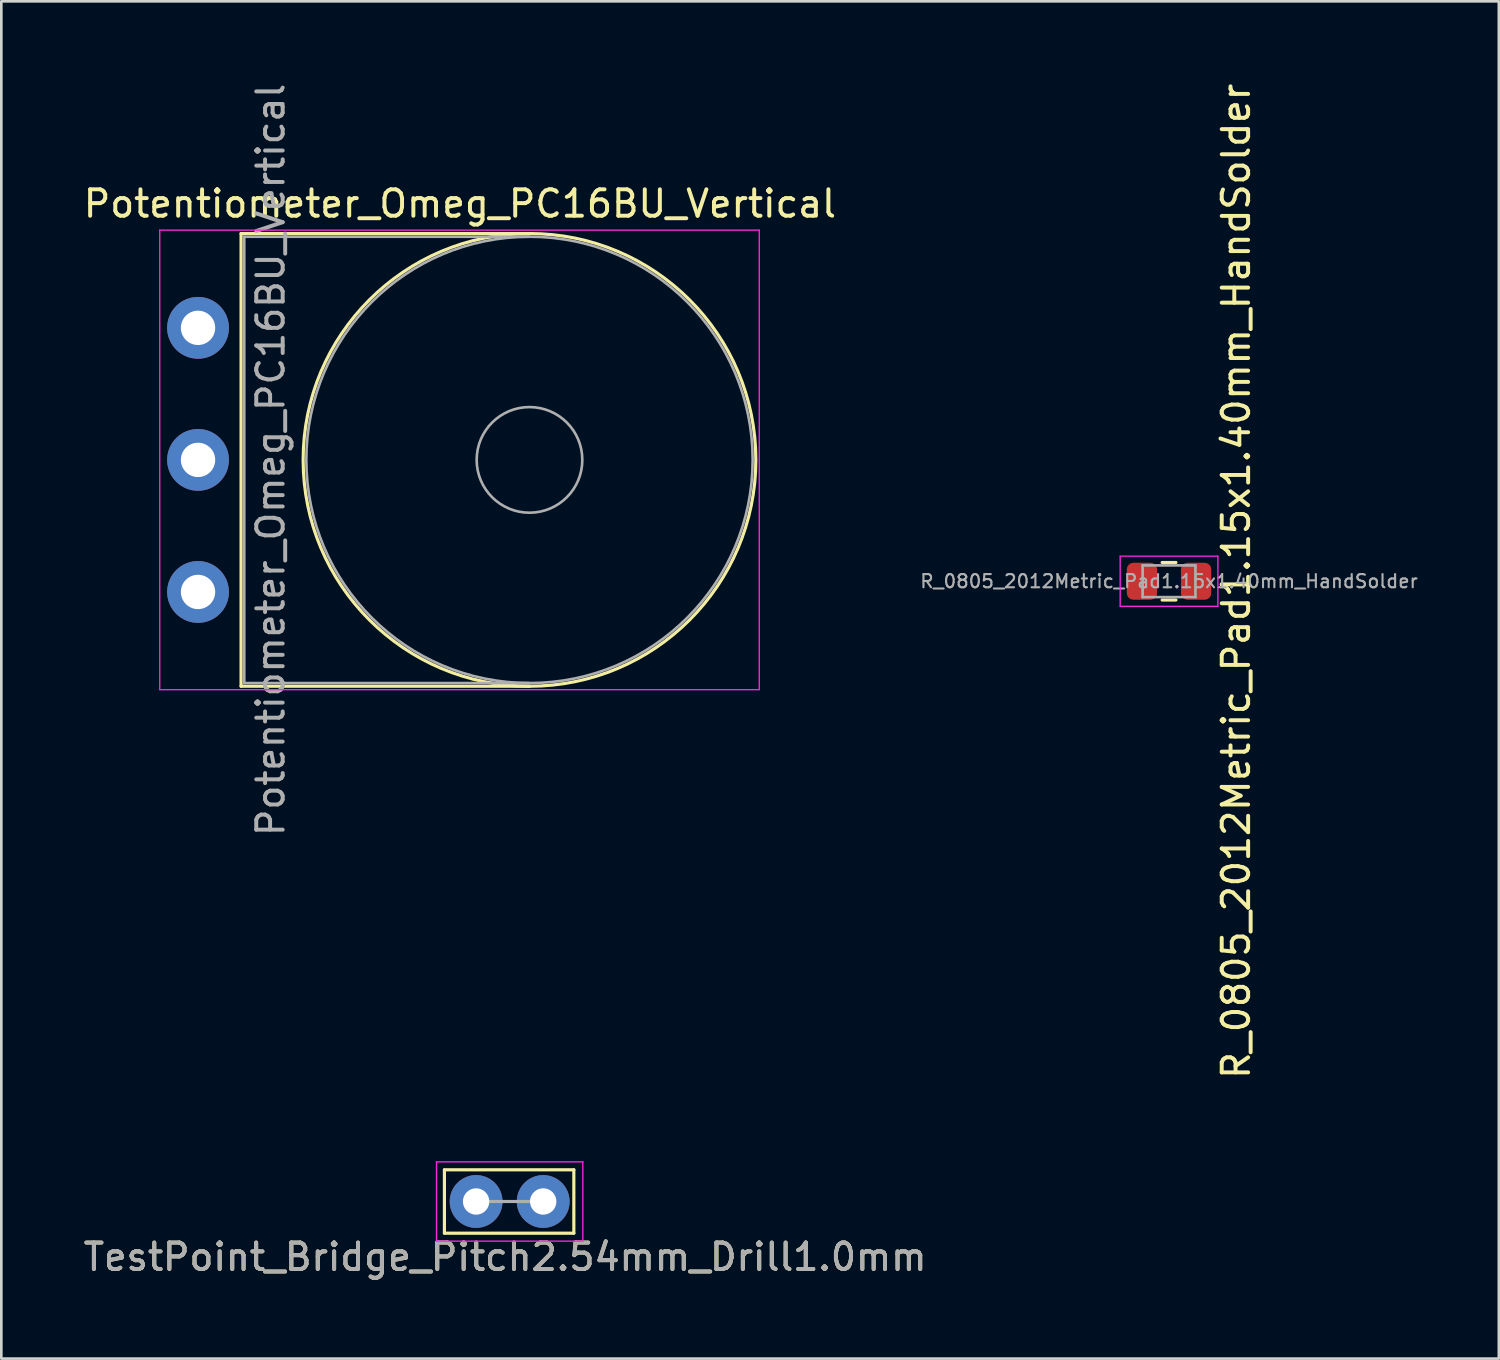
<source format=kicad_pcb>
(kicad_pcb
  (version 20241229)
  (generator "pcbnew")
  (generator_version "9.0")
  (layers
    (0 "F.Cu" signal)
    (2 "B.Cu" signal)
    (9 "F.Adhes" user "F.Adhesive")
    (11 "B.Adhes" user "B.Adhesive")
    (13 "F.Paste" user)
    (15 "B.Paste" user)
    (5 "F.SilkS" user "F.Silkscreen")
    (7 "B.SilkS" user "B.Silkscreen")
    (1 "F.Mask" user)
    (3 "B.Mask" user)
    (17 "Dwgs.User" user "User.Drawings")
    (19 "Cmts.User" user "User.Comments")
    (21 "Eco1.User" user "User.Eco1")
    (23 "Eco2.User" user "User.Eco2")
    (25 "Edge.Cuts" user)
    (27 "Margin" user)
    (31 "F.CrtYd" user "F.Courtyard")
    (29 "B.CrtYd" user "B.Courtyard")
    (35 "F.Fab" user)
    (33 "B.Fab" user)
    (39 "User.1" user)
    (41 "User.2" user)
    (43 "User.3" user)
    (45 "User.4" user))
  (footprint "R_0805_2012Metric_Pad1.15x1.40mm_HandSolder"
    (layer "F.Cu")
    (at 41.213 18.958)
    (property "Reference" "R_0805_2012Metric_Pad1.15x1.40mm_HandSolder" (at 2.54 0 270) (layer "F.SilkS") (effects (font (size 1 1) (thickness 0.15))))
    (attr smd)
    (fp_line (start -0.261 -0.71) (end 0.261 -0.71) (stroke (width 0.12) (type solid)) (layer "F.SilkS"))
    (fp_line (start -0.261 0.71) (end 0.261 0.71) (stroke (width 0.12) (type solid)) (layer "F.SilkS"))
    (fp_line (start -1.85 -0.95) (end 1.85 -0.95) (stroke (width 0.05) (type solid)) (layer "F.CrtYd"))
    (fp_line (start -1.85 0.95) (end -1.85 -0.95) (stroke (width 0.05) (type solid)) (layer "F.CrtYd"))
    (fp_line (start 1.85 -0.95) (end 1.85 0.95) (stroke (width 0.05) (type solid)) (layer "F.CrtYd"))
    (fp_line (start 1.85 0.95) (end -1.85 0.95) (stroke (width 0.05) (type solid)) (layer "F.CrtYd"))
    (fp_line (start -1 -0.6) (end 1 -0.6) (stroke (width 0.1) (type solid)) (layer "F.Fab"))
    (fp_line (start -1 0.6) (end -1 -0.6) (stroke (width 0.1) (type solid)) (layer "F.Fab"))
    (fp_line (start 1 -0.6) (end 1 0.6) (stroke (width 0.1) (type solid)) (layer "F.Fab"))
    (fp_line (start 1 0.6) (end -1 0.6) (stroke (width 0.1) (type solid)) (layer "F.Fab"))
    (fp_text user "${REFERENCE}" (at 0 0 0) (layer "F.Fab") (effects (font (size 0.5 0.5) (thickness 0.08))))
    (pad "1" smd roundrect (at -1.025 0) (size 1.15 1.4) (layers "F.Cu" "F.Mask" "F.Paste") (roundrect_rratio 0.217))
    (pad "2" smd roundrect (at 1.025 0) (size 1.15 1.4) (layers "F.Cu" "F.Mask" "F.Paste") (roundrect_rratio 0.217)))
  (footprint "Potentiometer_Omeg_PC16BU_Vertical"
    (layer "F.Cu")
    (at 4.448 19.363)
    (property "Reference" "Potentiometer_Omeg_PC16BU_Vertical" (at 9.915 -14.7 0) (layer "F.SilkS") (effects (font (size 1 1) (thickness 0.15))))
    (attr through_hole)
    (fp_line (start 1.63 -13.57) (end 1.63 3.57) (stroke (width 0.12) (type solid)) (layer "F.SilkS"))
    (fp_line (start 1.63 -13.57) (end 12.55 -13.57) (stroke (width 0.12) (type solid)) (layer "F.SilkS"))
    (fp_line (start 1.63 3.57) (end 12.55 3.57) (stroke (width 0.12) (type solid)) (layer "F.SilkS"))
    (fp_circle (center 12.55 -5) (end 21.12 -5) (stroke (width 0.12) (type solid)) (fill no) (layer "F.SilkS"))
    (fp_line (start -1.45 -13.7) (end -1.45 3.7) (stroke (width 0.05) (type solid)) (layer "F.CrtYd"))
    (fp_line (start -1.45 3.7) (end 21.25 3.7) (stroke (width 0.05) (type solid)) (layer "F.CrtYd"))
    (fp_line (start 21.25 -13.7) (end -1.45 -13.7) (stroke (width 0.05) (type solid)) (layer "F.CrtYd"))
    (fp_line (start 21.25 3.7) (end 21.25 -13.7) (stroke (width 0.05) (type solid)) (layer "F.CrtYd"))
    (fp_line (start 1.75 -13.45) (end 1.75 3.45) (stroke (width 0.1) (type solid)) (layer "F.Fab"))
    (fp_line (start 1.75 3.45) (end 12.55 3.45) (stroke (width 0.1) (type solid)) (layer "F.Fab"))
    (fp_line (start 12.55 -13.45) (end 1.75 -13.45) (stroke (width 0.1) (type solid)) (layer "F.Fab"))
    (fp_circle (center 12.55 -5) (end 14.55 -5) (stroke (width 0.1) (type solid)) (fill no) (layer "F.Fab"))
    (fp_circle (center 12.55 -5) (end 21 -5) (stroke (width 0.1) (type solid)) (fill no) (layer "F.Fab"))
    (fp_text user "${REFERENCE}" (at 2.75 -5 270) (layer "F.Fab") (effects (font (size 1 1) (thickness 0.15))))
    (pad "1" thru_hole circle (at 0 0) (size 2.34 2.34) (drill 1.3) (layers "*.Cu" "*.Mask"))
    (pad "2" thru_hole circle (at 0 -5) (size 2.34 2.34) (drill 1.3) (layers "*.Cu" "*.Mask"))
    (pad "3" thru_hole circle (at 0 -10) (size 2.34 2.34) (drill 1.3) (layers "*.Cu" "*.Mask")))
  (footprint "TestPoint_Bridge_Pitch2.54mm_Drill1.0mm"
    (layer "F.Cu")
    (at 14.977 42.442)
    (property "Reference" "TestPoint_Bridge_Pitch2.54mm_Drill1.0mm" (at 1.1 2.1 0) (layer "F.SilkS") (effects (font (size 1 1) (thickness 0.15))))
    (attr through_hole)
    (fp_line (start -1.2 -1.2) (end -1.2 1.2) (stroke (width 0.12) (type solid)) (layer "F.SilkS"))
    (fp_line (start -1.2 1.2) (end 3.7 1.2) (stroke (width 0.12) (type solid)) (layer "F.SilkS"))
    (fp_line (start 3.7 -1.2) (end -1.2 -1.2) (stroke (width 0.12) (type solid)) (layer "F.SilkS"))
    (fp_line (start 3.7 1.2) (end 3.7 -1.2) (stroke (width 0.12) (type solid)) (layer "F.SilkS"))
    (fp_line (start -1.5 -1.5) (end -1.5 1.5) (stroke (width 0.05) (type solid)) (layer "F.CrtYd"))
    (fp_line (start -1.5 -1.5) (end 4.04 -1.5) (stroke (width 0.05) (type solid)) (layer "F.CrtYd"))
    (fp_line (start 4.04 1.5) (end -1.5 1.5) (stroke (width 0.05) (type solid)) (layer "F.CrtYd"))
    (fp_line (start 4.04 1.5) (end 4.04 -1.5) (stroke (width 0.05) (type solid)) (layer "F.CrtYd"))
    (fp_line (start 2.54 0) (end 0 0) (stroke (width 0.12) (type solid)) (layer "F.Fab"))
    (fp_text user "${REFERENCE}" (at 1.1 2.1 0) (layer "F.Fab") (effects (font (size 1 1) (thickness 0.15))))
    (pad "1" thru_hole circle (at 0 0) (size 2 2) (drill 1) (layers "*.Cu" "*.Mask"))
    (pad "1" thru_hole circle (at 2.54 0) (size 2 2) (drill 1) (layers "*.Cu" "*.Mask")))
  (gr_rect
    (start -3 -3)
    (end 53.7 48.39)
    (stroke (width 0.1) (type default))
    (fill no)
    (layer "Edge.Cuts")))
</source>
